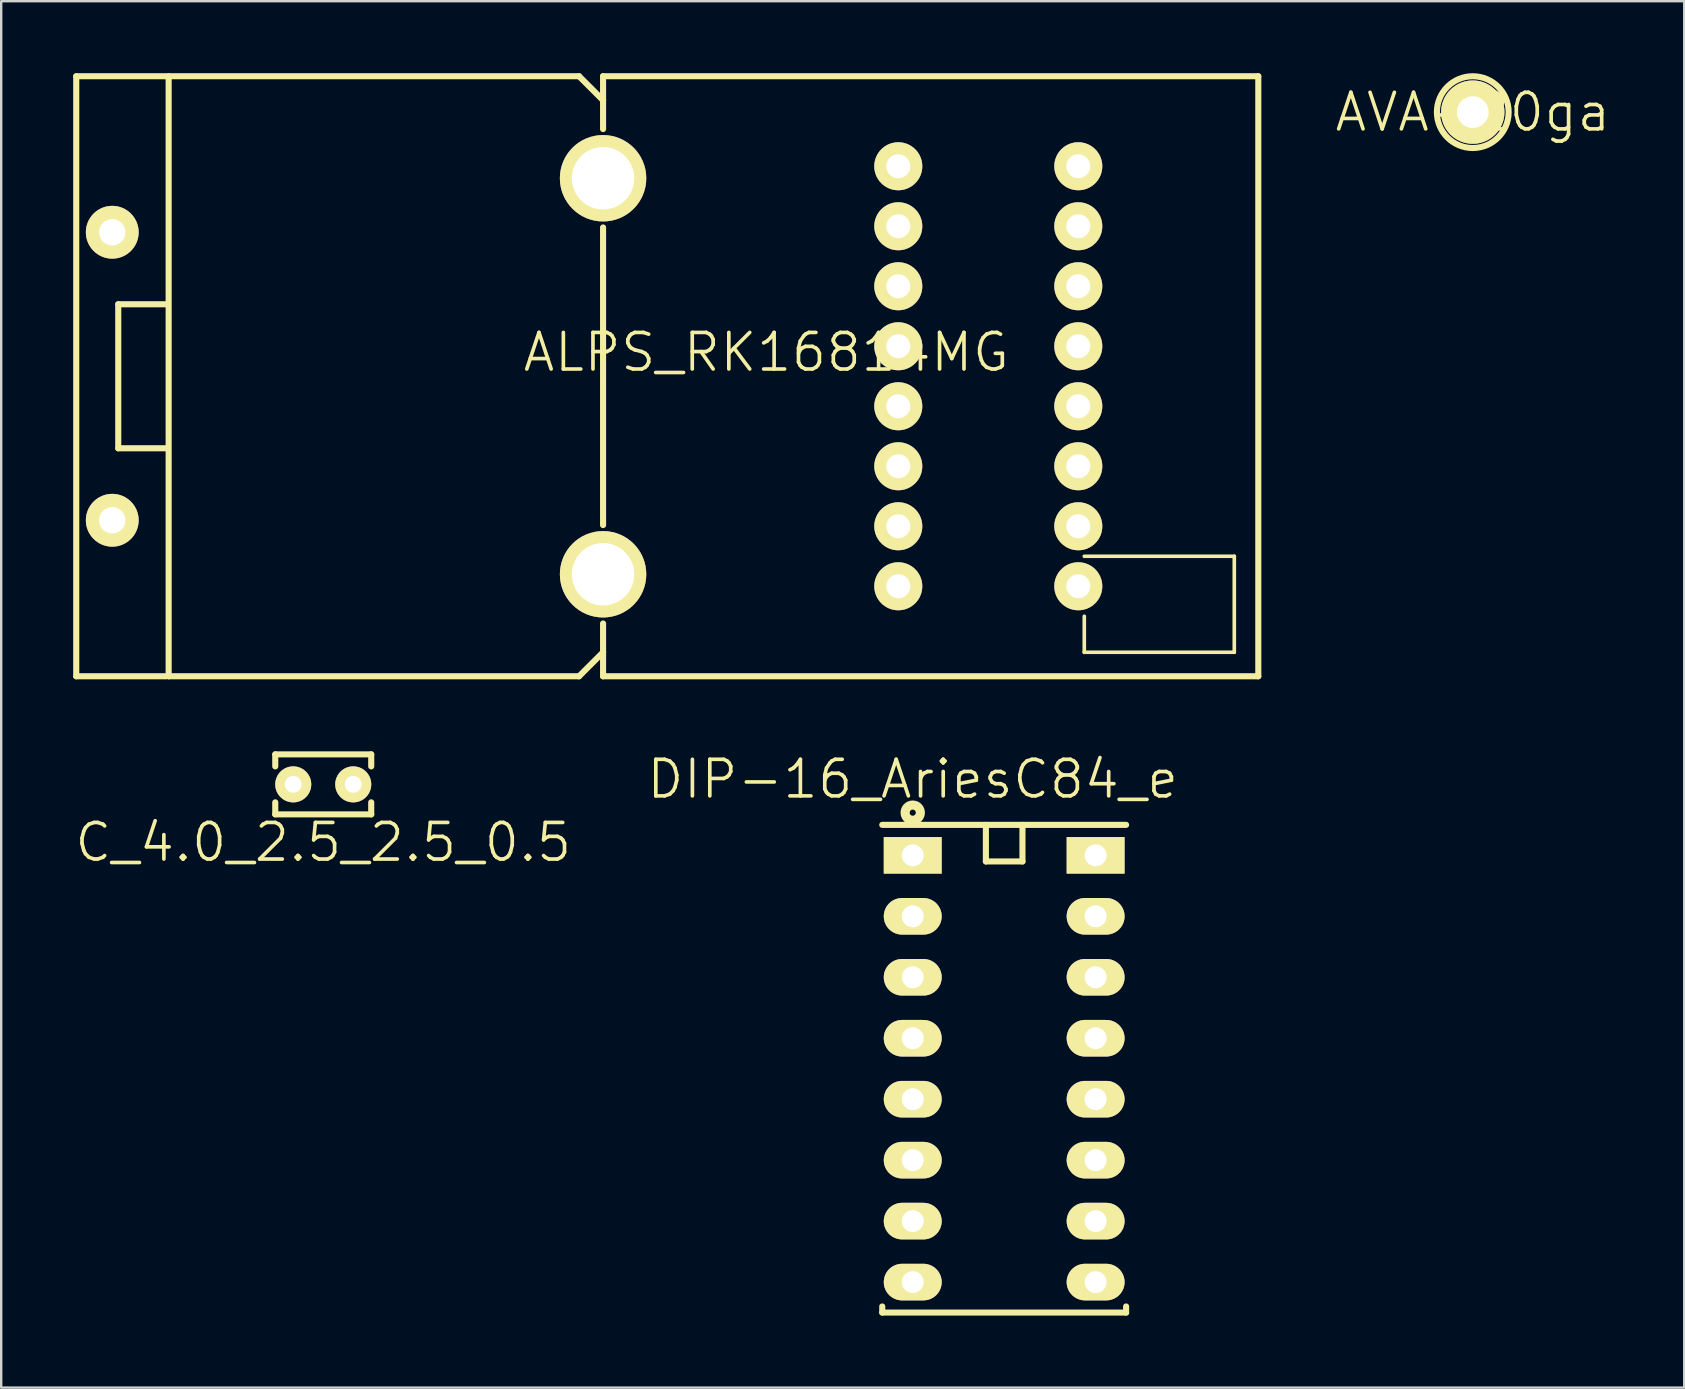
<source format=kicad_pcb>
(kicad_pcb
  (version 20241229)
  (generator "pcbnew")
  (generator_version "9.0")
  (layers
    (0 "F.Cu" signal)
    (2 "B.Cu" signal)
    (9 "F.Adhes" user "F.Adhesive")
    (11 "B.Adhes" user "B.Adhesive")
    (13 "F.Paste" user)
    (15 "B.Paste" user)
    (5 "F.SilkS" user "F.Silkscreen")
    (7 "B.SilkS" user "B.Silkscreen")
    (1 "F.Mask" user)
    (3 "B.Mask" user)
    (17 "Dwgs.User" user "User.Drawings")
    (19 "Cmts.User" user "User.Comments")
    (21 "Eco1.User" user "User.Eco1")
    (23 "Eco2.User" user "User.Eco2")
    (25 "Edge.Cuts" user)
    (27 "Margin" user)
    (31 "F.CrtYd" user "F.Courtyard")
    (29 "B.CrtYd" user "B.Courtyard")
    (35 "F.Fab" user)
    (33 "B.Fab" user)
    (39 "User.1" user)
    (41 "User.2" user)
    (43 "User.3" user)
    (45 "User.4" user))
  (footprint "DIP-16_AriesC84_e"
    (layer "F.Cu")
    (at 38.789 41.478)
    (property "Reference" "DIP-16_AriesC84_e" (at -3.81 -12.065 0) (layer "F.SilkS") (effects (font (size 1.524 1.524) (thickness 0.152))))
    (attr through_hole)
    (fp_line (start -5.08 -10.16) (end 5.08 -10.16) (stroke (width 0.254) (type solid)) (layer "F.SilkS"))
    (fp_line (start -5.08 10.16) (end -5.08 9.906) (stroke (width 0.254) (type solid)) (layer "F.SilkS"))
    (fp_line (start -0.762 -10.16) (end -0.762 -8.636) (stroke (width 0.254) (type solid)) (layer "F.SilkS"))
    (fp_line (start -0.762 -8.636) (end 0.762 -8.636) (stroke (width 0.254) (type solid)) (layer "F.SilkS"))
    (fp_line (start 0.762 -8.636) (end 0.762 -10.16) (stroke (width 0.254) (type solid)) (layer "F.SilkS"))
    (fp_line (start 5.08 10.16) (end -5.08 10.16) (stroke (width 0.254) (type solid)) (layer "F.SilkS"))
    (fp_line (start 5.08 10.16) (end 5.08 9.906) (stroke (width 0.254) (type solid)) (layer "F.SilkS"))
    (fp_circle (center -3.81 -10.668) (end -3.81 -10.795) (stroke (width 0.381) (type solid)) (fill no) (layer "F.SilkS"))
    (pad "1" thru_hole rect (at -3.81 -8.89) (size 2.413 1.524) (drill 0.914) (layers "*.Cu" "*.Mask" "F.SilkS"))
    (pad "2" thru_hole oval (at -3.81 -6.35) (size 2.413 1.524) (drill 0.914) (layers "*.Cu" "*.Mask" "F.SilkS"))
    (pad "3" thru_hole oval (at -3.81 -3.81) (size 2.413 1.524) (drill 0.914) (layers "*.Cu" "*.Mask" "F.SilkS"))
    (pad "4" thru_hole oval (at -3.81 -1.27) (size 2.413 1.524) (drill 0.914) (layers "*.Cu" "*.Mask" "F.SilkS"))
    (pad "5" thru_hole oval (at -3.81 1.27) (size 2.413 1.524) (drill 0.914) (layers "*.Cu" "*.Mask" "F.SilkS"))
    (pad "6" thru_hole oval (at -3.81 3.81) (size 2.413 1.524) (drill 0.914) (layers "*.Cu" "*.Mask" "F.SilkS"))
    (pad "7" thru_hole oval (at -3.81 6.35) (size 2.413 1.524) (drill 0.914) (layers "*.Cu" "*.Mask" "F.SilkS"))
    (pad "8" thru_hole oval (at -3.81 8.89) (size 2.413 1.524) (drill 0.914) (layers "*.Cu" "*.Mask" "F.SilkS"))
    (pad "9" thru_hole oval (at 3.81 8.89) (size 2.413 1.524) (drill 0.914) (layers "*.Cu" "*.Mask" "F.SilkS"))
    (pad "10" thru_hole oval (at 3.81 6.35) (size 2.413 1.524) (drill 0.914) (layers "*.Cu" "*.Mask" "F.SilkS"))
    (pad "11" thru_hole oval (at 3.81 3.81) (size 2.413 1.524) (drill 0.914) (layers "*.Cu" "*.Mask" "F.SilkS"))
    (pad "12" thru_hole oval (at 3.81 1.27) (size 2.413 1.524) (drill 0.914) (layers "*.Cu" "*.Mask" "F.SilkS"))
    (pad "13" thru_hole oval (at 3.81 -1.27) (size 2.413 1.524) (drill 0.914) (layers "*.Cu" "*.Mask" "F.SilkS"))
    (pad "14" thru_hole oval (at 3.81 -3.81) (size 2.413 1.524) (drill 0.914) (layers "*.Cu" "*.Mask" "F.SilkS"))
    (pad "15" thru_hole oval (at 3.81 -6.35) (size 2.413 1.524) (drill 0.914) (layers "*.Cu" "*.Mask" "F.SilkS"))
    (pad "16" thru_hole rect (at 3.81 -8.89) (size 2.413 1.524) (drill 0.914) (layers "*.Cu" "*.Mask" "F.SilkS")))
  (footprint "C_4.0_2.5_2.5_0.5"
    (layer "F.Cu")
    (at 10.418 29.631)
    (property "Reference" "C_4.0_2.5_2.5_0.5" (at 0 2.413 180) (layer "F.SilkS") (effects (font (size 1.524 1.524) (thickness 0.152))))
    (attr through_hole)
    (fp_line (start -1.999 -1.25) (end -1.999 -0.749) (stroke (width 0.254) (type solid)) (layer "F.SilkS"))
    (fp_line (start -1.999 -1.25) (end 1.999 -1.25) (stroke (width 0.254) (type solid)) (layer "F.SilkS"))
    (fp_line (start -1.999 1.25) (end -1.999 0.749) (stroke (width 0.254) (type solid)) (layer "F.SilkS"))
    (fp_line (start 1.999 -1.25) (end 1.999 -0.749) (stroke (width 0.254) (type solid)) (layer "F.SilkS"))
    (fp_line (start 1.999 1.25) (end -1.999 1.25) (stroke (width 0.254) (type solid)) (layer "F.SilkS"))
    (fp_line (start 1.999 1.25) (end 1.999 0.749) (stroke (width 0.254) (type solid)) (layer "F.SilkS"))
    (pad "1" thru_hole circle (at -1.25 0) (size 1.501 1.501) (drill 0.701) (layers "*.Cu" "*.Mask" "F.SilkS"))
    (pad "2" thru_hole circle (at 1.25 0) (size 1.501 1.501) (drill 0.701) (layers "*.Cu" "*.Mask" "F.SilkS")))
  (footprint "AVA-20ga"
    (layer "F.Cu")
    (at 58.313 1.622)
    (property "Reference" "AVA-20ga" (at 0 0 0) (layer "F.SilkS") (effects (font (size 1.524 1.524) (thickness 0.152))))
    (attr through_hole)
    (fp_circle (center 0 0) (end 1.473 -0.254) (stroke (width 0.254) (type solid)) (fill no) (layer "F.SilkS"))
    (pad "1" thru_hole circle (at 0 0) (size 2.642 2.642) (drill 1.321) (layers "*.Cu" "*.Mask" "F.SilkS")))
  (footprint "ALPS_RK16814MG"
    (layer "F.Cu")
    (at 41.877 12.627)
    (property "Reference" "ALPS_RK16814MG" (at -13 -1 0) (layer "F.SilkS") (effects (font (size 1.524 1.524) (thickness 0.152))))
    (attr through_hole)
    (fp_line (start -41.75 -12.5) (end -41.75 12.5) (stroke (width 0.254) (type solid)) (layer "F.SilkS"))
    (fp_line (start -41.75 12.5) (end -38 12.5) (stroke (width 0.254) (type solid)) (layer "F.SilkS"))
    (fp_line (start -40 3) (end -40 -3) (stroke (width 0.254) (type solid)) (layer "F.SilkS"))
    (fp_line (start -38 -12.5) (end -41.75 -12.5) (stroke (width 0.254) (type solid)) (layer "F.SilkS"))
    (fp_line (start -38 -3) (end -40 -3) (stroke (width 0.254) (type solid)) (layer "F.SilkS"))
    (fp_line (start -38 3) (end -40 3) (stroke (width 0.254) (type solid)) (layer "F.SilkS"))
    (fp_line (start -37.9 12.5) (end -37.9 -12.5) (stroke (width 0.254) (type solid)) (layer "F.SilkS"))
    (fp_line (start -20.8 -12.5) (end -37.9 -12.5) (stroke (width 0.254) (type solid)) (layer "F.SilkS"))
    (fp_line (start -20.8 12.5) (end -37.9 12.5) (stroke (width 0.254) (type solid)) (layer "F.SilkS"))
    (fp_line (start -19.8 -12.5) (end 7.5 -12.5) (stroke (width 0.254) (type solid)) (layer "F.SilkS"))
    (fp_line (start -19.8 -11.5) (end -20.8 -12.5) (stroke (width 0.254) (type solid)) (layer "F.SilkS"))
    (fp_line (start -19.8 -11.5) (end -19.8 -12.5) (stroke (width 0.254) (type solid)) (layer "F.SilkS"))
    (fp_line (start -19.8 -10.3) (end -19.8 -11.5) (stroke (width 0.254) (type solid)) (layer "F.SilkS"))
    (fp_line (start -19.8 -6.2) (end -19.8 6.2) (stroke (width 0.254) (type solid)) (layer "F.SilkS"))
    (fp_line (start -19.8 10.3) (end -19.8 11.5) (stroke (width 0.254) (type solid)) (layer "F.SilkS"))
    (fp_line (start -19.8 11.5) (end -20.8 12.5) (stroke (width 0.254) (type solid)) (layer "F.SilkS"))
    (fp_line (start -19.8 11.5) (end -19.8 12.5) (stroke (width 0.254) (type solid)) (layer "F.SilkS"))
    (fp_line (start -19.8 12.5) (end 7.5 12.5) (stroke (width 0.254) (type solid)) (layer "F.SilkS"))
    (fp_line (start 0.25 11.5) (end 0.25 10) (stroke (width 0.152) (type solid)) (layer "F.SilkS"))
    (fp_line (start 6.5 7.5) (end 0.25 7.5) (stroke (width 0.152) (type solid)) (layer "F.SilkS"))
    (fp_line (start 6.5 7.5) (end 6.5 11.5) (stroke (width 0.152) (type solid)) (layer "F.SilkS"))
    (fp_line (start 6.5 11.5) (end 0.25 11.5) (stroke (width 0.152) (type solid)) (layer "F.SilkS"))
    (fp_line (start 7.5 12.5) (end 7.5 -12.5) (stroke (width 0.254) (type solid)) (layer "F.SilkS"))
    (pad "1" thru_hole circle (at 0 -8.75) (size 2 2) (drill 1) (layers "*.Cu" "*.Mask" "F.SilkS"))
    (pad "2" thru_hole circle (at 0 -6.25) (size 2 2) (drill 1) (layers "*.Cu" "*.Mask" "F.SilkS"))
    (pad "3" thru_hole circle (at 0 -3.75) (size 2 2) (drill 1) (layers "*.Cu" "*.Mask" "F.SilkS"))
    (pad "4" thru_hole circle (at 0 -1.25) (size 2 2) (drill 1) (layers "*.Cu" "*.Mask" "F.SilkS"))
    (pad "5" thru_hole circle (at 0 1.25) (size 2 2) (drill 1) (layers "*.Cu" "*.Mask" "F.SilkS"))
    (pad "6" thru_hole circle (at 0 3.75) (size 2 2) (drill 1) (layers "*.Cu" "*.Mask" "F.SilkS"))
    (pad "7" thru_hole circle (at 0 6.25) (size 2 2) (drill 1) (layers "*.Cu" "*.Mask" "F.SilkS"))
    (pad "8" thru_hole circle (at 0 8.75) (size 2 2) (drill 1) (layers "*.Cu" "*.Mask" "F.SilkS"))
    (pad "9" thru_hole circle (at -7.5 -8.75) (size 2 2) (drill 1) (layers "*.Cu" "*.Mask" "F.SilkS"))
    (pad "10" thru_hole circle (at -7.5 -6.25) (size 2 2) (drill 1) (layers "*.Cu" "*.Mask" "F.SilkS"))
    (pad "11" thru_hole circle (at -7.5 -3.75) (size 2 2) (drill 1) (layers "*.Cu" "*.Mask" "F.SilkS"))
    (pad "12" thru_hole circle (at -7.5 -1.25) (size 2 2) (drill 1) (layers "*.Cu" "*.Mask" "F.SilkS"))
    (pad "13" thru_hole circle (at -7.5 1.25) (size 2 2) (drill 1) (layers "*.Cu" "*.Mask" "F.SilkS"))
    (pad "14" thru_hole circle (at -7.5 3.75) (size 2 2) (drill 1) (layers "*.Cu" "*.Mask" "F.SilkS"))
    (pad "15" thru_hole circle (at -7.5 6.25) (size 2 2) (drill 1) (layers "*.Cu" "*.Mask" "F.SilkS"))
    (pad "16" thru_hole circle (at -7.5 8.75) (size 2 2) (drill 1) (layers "*.Cu" "*.Mask" "F.SilkS"))
    (pad "17" thru_hole circle (at -19.8 -8.25) (size 3.6 3.6) (drill 2.6) (layers "*.Cu" "*.Mask" "F.SilkS"))
    (pad "18" thru_hole circle (at -19.8 8.25) (size 3.6 3.6) (drill 2.6) (layers "*.Cu" "*.Mask" "F.SilkS"))
    (pad "19" thru_hole circle (at -40.25 -6) (size 2.2 2.2) (drill 1.1) (layers "*.Cu" "*.Mask" "F.SilkS"))
    (pad "20" thru_hole circle (at -40.25 6) (size 2.2 2.2) (drill 1.1) (layers "*.Cu" "*.Mask" "F.SilkS")))
  (gr_rect
    (start -3 -3)
    (end 67.123 54.765)
    (stroke (width 0.1) (type default))
    (fill no)
    (layer "Edge.Cuts")))
</source>
